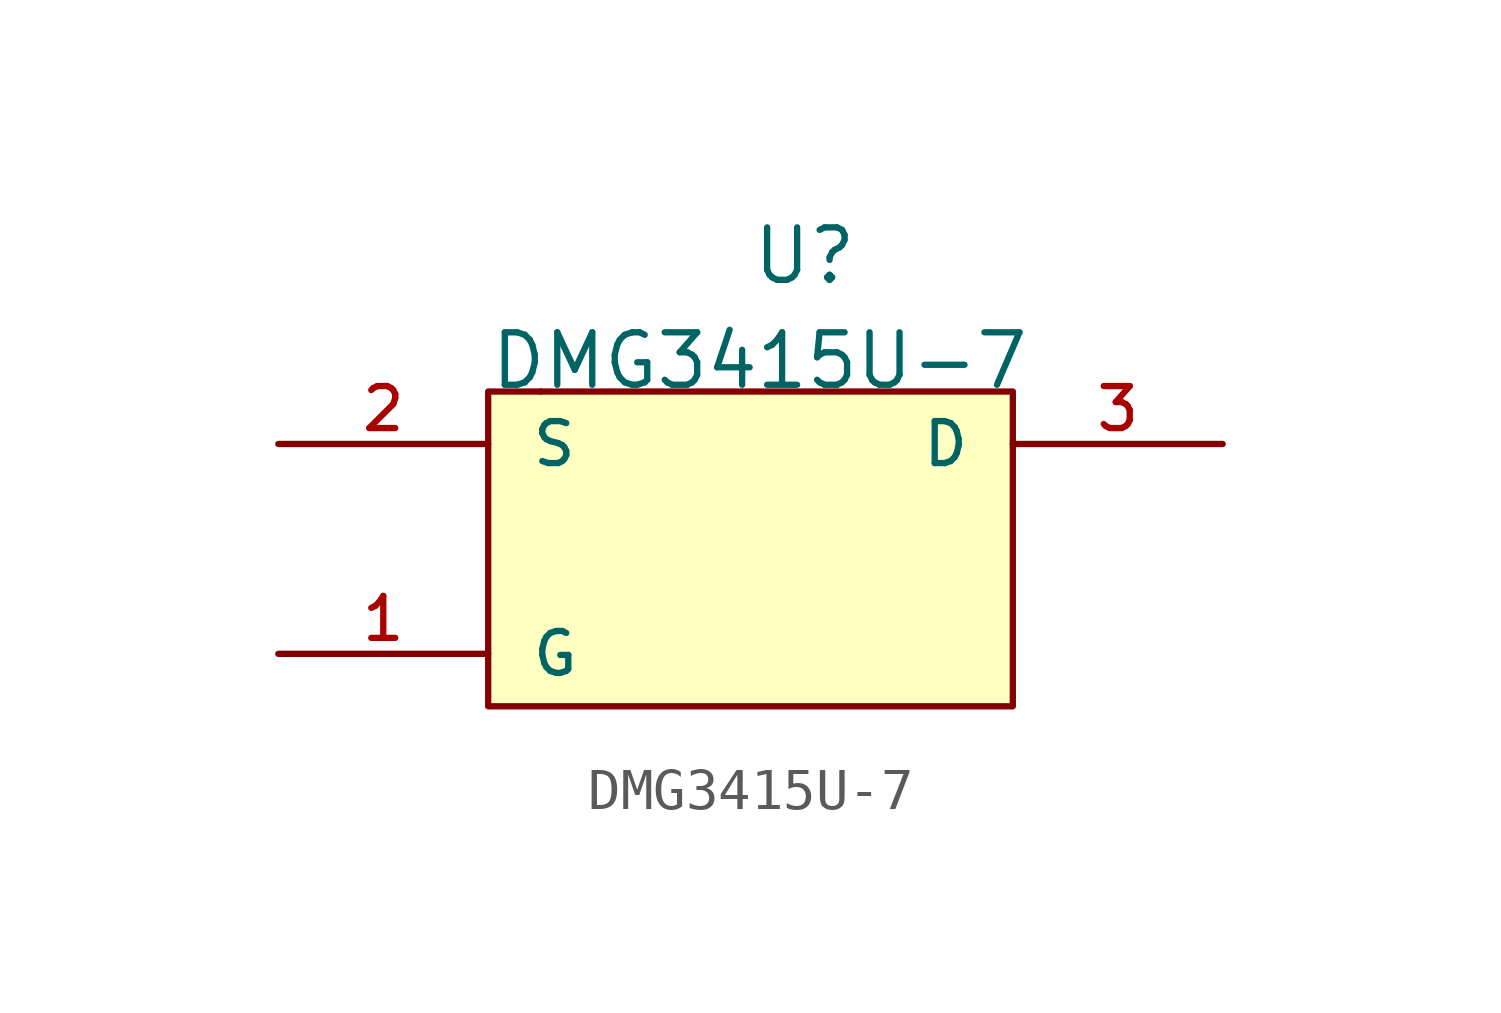
<source format=kicad_sym>
(kicad_symbol_lib
  (version 20211014)
  (generator kicad_symbol_editor)
  (symbol "DMG3415U-7"
    (pin_names
      (offset 1.016))
    (property "Reference" "U"
      (at -6.35 3.81 0)
      (effects (font (size 1.27 1.27)) (justify left bottom)))
    (property "Value" "DMG3415U-7"
      (at -12.7 1.27 0)
      (effects (font (size 1.27 1.27)) (justify left bottom)))
    (symbol "DMG3415U-7_0_0"
      (pin power_in line (at -17.78 -5.08 0) (length 5.08) (name "G" (effects (font (size 1.016 1.016)))) (number "1" (effects (font (size 1.016 1.016)))))
      (pin passive line (at -17.78 0 0) (length 5.08) (name "S" (effects (font (size 1.016 1.016)))) (number "2" (effects (font (size 1.016 1.016)))))
      (pin output line (at 5.08 0 180) (length 5.08) (name "D" (effects (font (size 1.016 1.016)))) (number "3" (effects (font (size 1.016 1.016))))))
    (symbol "DMG3415U-7_0_1"
      (rectangle (start -12.7 1.27) (end 0 -6.35) (stroke (width 0) (type default) (color 0 0 0 0)) (fill (type background)))
      (rectangle (start -11.43 1.27) (end -11.43 1.27) (stroke (width 0) (type default) (color 0 0 0 0)) (fill (type none))))))
</source>
